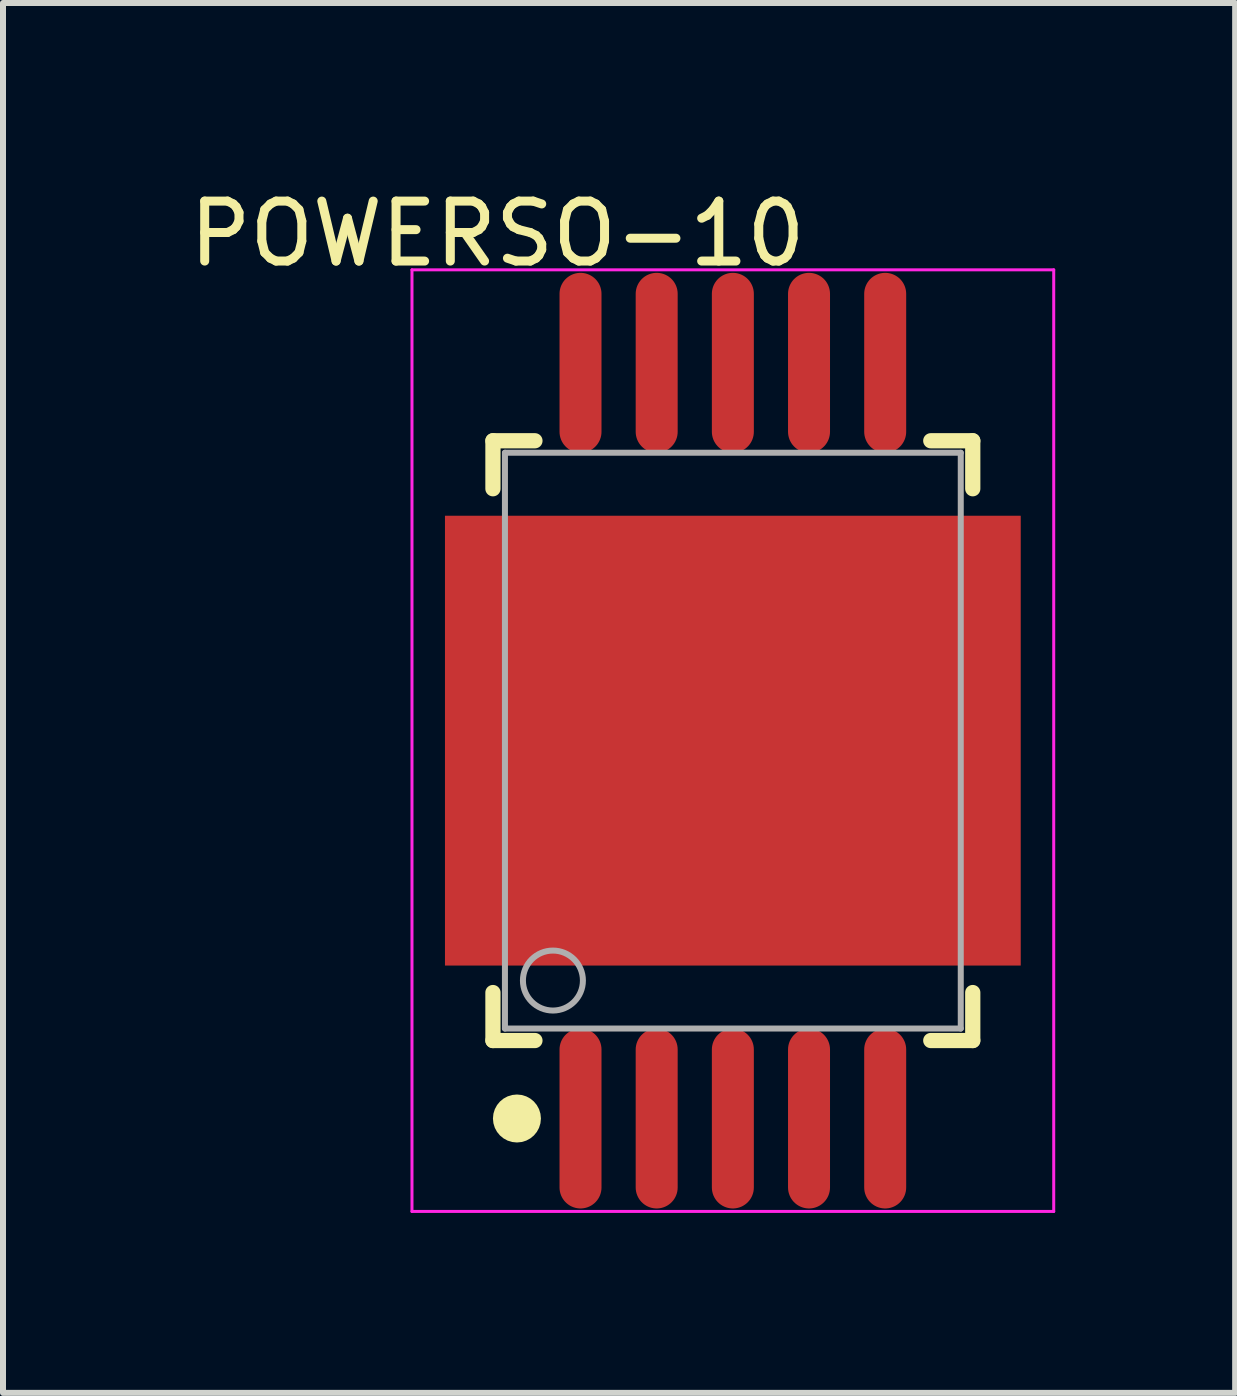
<source format=kicad_pcb>
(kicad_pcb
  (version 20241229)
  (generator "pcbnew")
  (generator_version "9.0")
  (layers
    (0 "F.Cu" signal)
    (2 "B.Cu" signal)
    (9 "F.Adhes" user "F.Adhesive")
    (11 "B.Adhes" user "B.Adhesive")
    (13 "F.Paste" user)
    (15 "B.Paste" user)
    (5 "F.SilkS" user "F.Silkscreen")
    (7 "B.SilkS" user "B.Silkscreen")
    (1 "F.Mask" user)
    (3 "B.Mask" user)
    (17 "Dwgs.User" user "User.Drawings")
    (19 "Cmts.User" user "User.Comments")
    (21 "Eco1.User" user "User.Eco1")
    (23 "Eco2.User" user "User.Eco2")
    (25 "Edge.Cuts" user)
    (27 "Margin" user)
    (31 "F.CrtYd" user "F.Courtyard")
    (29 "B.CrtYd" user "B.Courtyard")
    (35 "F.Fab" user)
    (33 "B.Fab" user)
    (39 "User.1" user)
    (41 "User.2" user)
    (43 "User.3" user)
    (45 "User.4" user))
  (footprint "POWERSO-10"
    (layer "F.Cu")
    (at 9.169 9.299)
    (property "Reference" "POWERSO-10" (at -3.925 -8.451 0) (layer "F.SilkS") (effects (font (size 1 1) (thickness 0.15))))
    (attr through_hole)
    (fp_line (start -4 -5) (end -3.3 -5) (stroke (width 0.254) (type solid)) (layer "F.SilkS"))
    (fp_line (start -4 -4.2) (end -4 -5) (stroke (width 0.254) (type solid)) (layer "F.SilkS"))
    (fp_line (start -4 5) (end -4 4.2) (stroke (width 0.254) (type solid)) (layer "F.SilkS"))
    (fp_line (start -4 5) (end -3.3 5) (stroke (width 0.254) (type solid)) (layer "F.SilkS"))
    (fp_line (start 3.3 -5) (end 4 -5) (stroke (width 0.254) (type solid)) (layer "F.SilkS"))
    (fp_line (start 3.3 5) (end 4 5) (stroke (width 0.254) (type solid)) (layer "F.SilkS"))
    (fp_line (start 4 -4.2) (end 4 -5) (stroke (width 0.254) (type solid)) (layer "F.SilkS"))
    (fp_line (start 4 5) (end 4 4.2) (stroke (width 0.254) (type solid)) (layer "F.SilkS"))
    (fp_circle (center -3.6 6.3) (end -3.4 6.3) (stroke (width 0.4) (type solid)) (fill no) (layer "F.SilkS"))
    (fp_line (start -5.35 -7.85) (end 5.35 -7.85) (stroke (width 0.05) (type solid)) (layer "F.CrtYd"))
    (fp_line (start -5.35 7.85) (end -5.35 -7.85) (stroke (width 0.05) (type solid)) (layer "F.CrtYd"))
    (fp_line (start 5.35 -7.85) (end 5.35 7.85) (stroke (width 0.05) (type solid)) (layer "F.CrtYd"))
    (fp_line (start 5.35 7.85) (end -5.35 7.85) (stroke (width 0.05) (type solid)) (layer "F.CrtYd"))
    (fp_line (start -3.8 -4.8) (end 3.8 -4.8) (stroke (width 0.1) (type solid)) (layer "F.Fab"))
    (fp_line (start -3.8 4.8) (end -3.8 -4.8) (stroke (width 0.1) (type solid)) (layer "F.Fab"))
    (fp_line (start -3.8 4.8) (end 3.8 4.8) (stroke (width 0.1) (type solid)) (layer "F.Fab"))
    (fp_line (start 3.8 4.8) (end 3.8 -4.8) (stroke (width 0.1) (type solid)) (layer "F.Fab"))
    (fp_circle (center -3 4) (end -2.5 4) (stroke (width 0.1) (type solid)) (fill no) (layer "F.Fab"))
    (pad "0" smd rect (at 0 0 90) (size 7.5 9.6) (layers "F.Cu" "F.Mask" "F.Paste"))
    (pad "1" smd oval (at -2.54 6.3 90) (size 3 0.7) (layers "F.Cu" "F.Mask" "F.Paste"))
    (pad "2" smd oval (at -1.27 6.3 90) (size 3 0.7) (layers "F.Cu" "F.Mask" "F.Paste"))
    (pad "3" smd oval (at 0 6.3 90) (size 3 0.7) (layers "F.Cu" "F.Mask" "F.Paste"))
    (pad "4" smd oval (at 1.27 6.3 90) (size 3 0.7) (layers "F.Cu" "F.Mask" "F.Paste"))
    (pad "5" smd oval (at 2.54 6.3 90) (size 3 0.7) (layers "F.Cu" "F.Mask" "F.Paste"))
    (pad "6" smd oval (at 2.54 -6.3 90) (size 3 0.7) (layers "F.Cu" "F.Mask" "F.Paste"))
    (pad "7" smd oval (at 1.27 -6.3 90) (size 3 0.7) (layers "F.Cu" "F.Mask" "F.Paste"))
    (pad "8" smd oval (at 0 -6.3 90) (size 3 0.7) (layers "F.Cu" "F.Mask" "F.Paste"))
    (pad "9" smd oval (at -1.27 -6.3 90) (size 3 0.7) (layers "F.Cu" "F.Mask" "F.Paste"))
    (pad "10" smd oval (at -2.54 -6.3 90) (size 3 0.7) (layers "F.Cu" "F.Mask" "F.Paste")))
  (gr_rect
    (start -3 -3)
    (end 17.544 20.174)
    (stroke (width 0.1) (type default))
    (fill no)
    (layer "Edge.Cuts")))
</source>
